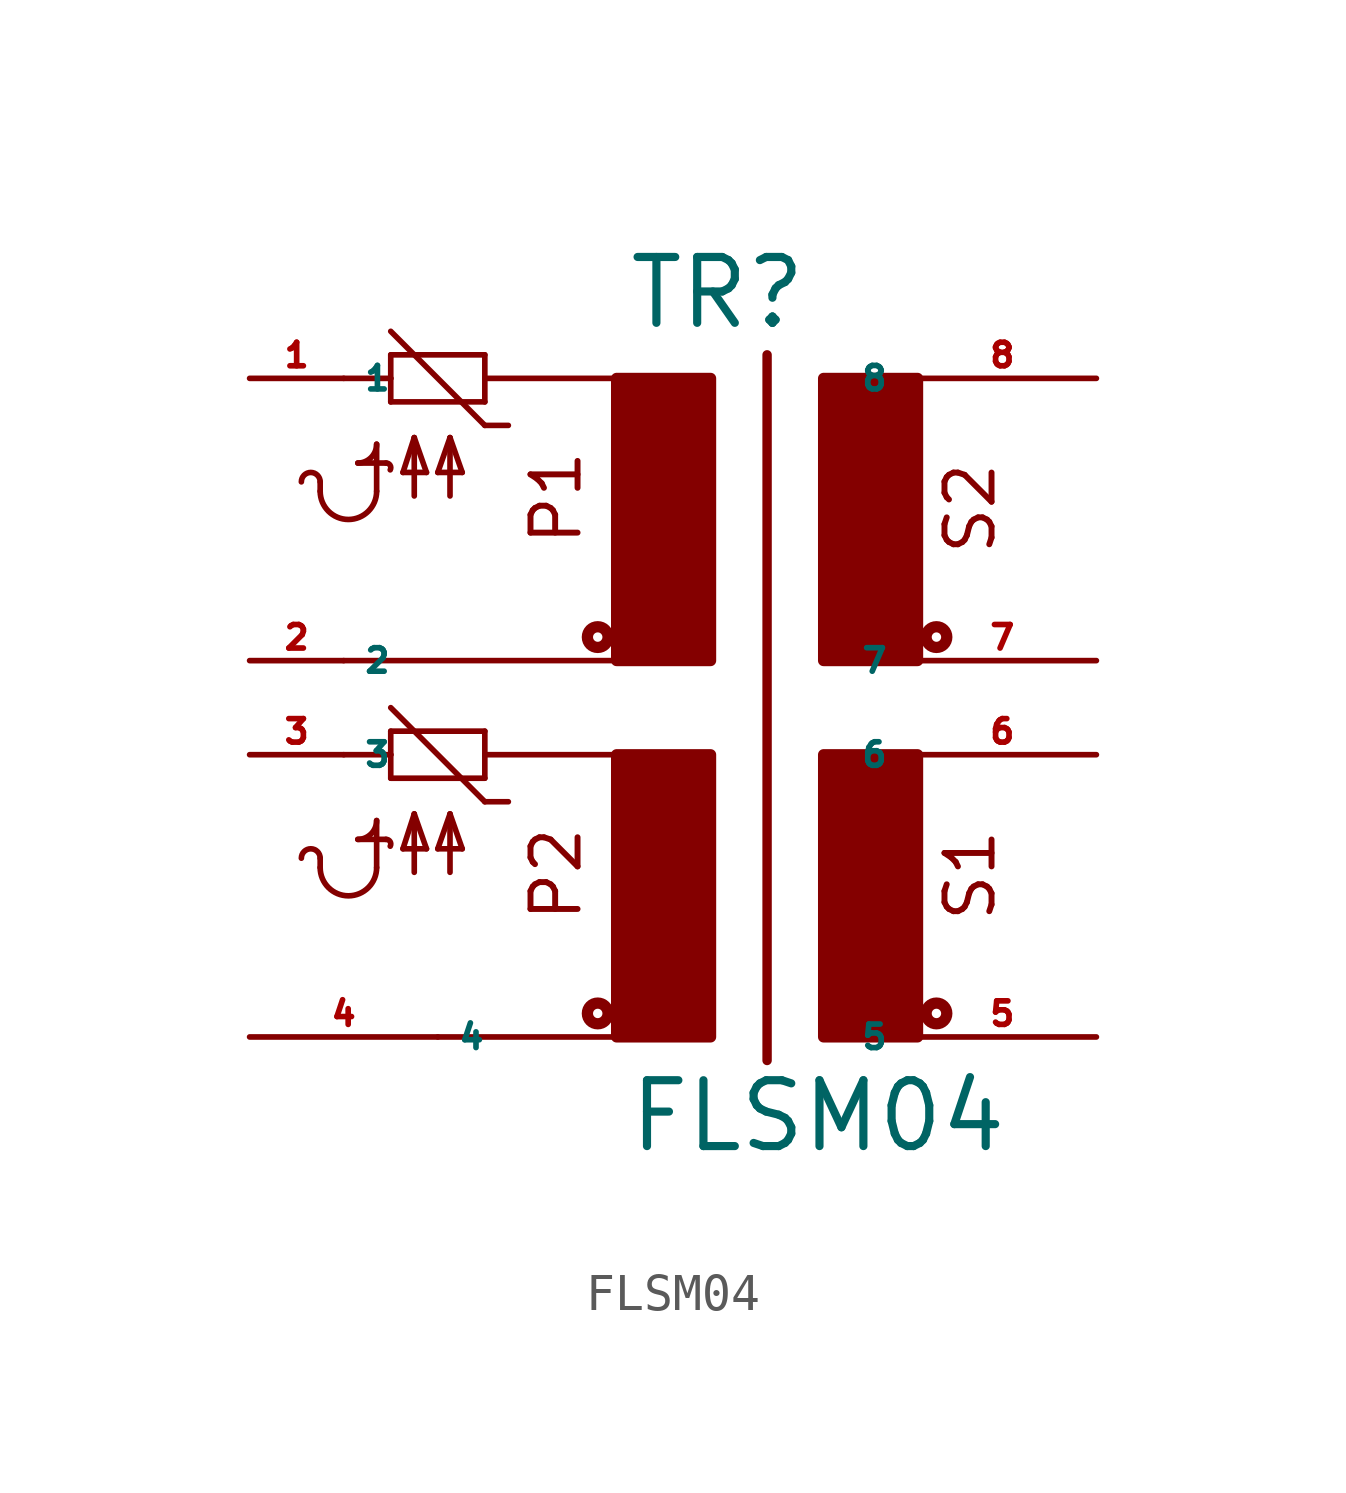
<source format=kicad_sym>
(kicad_symbol_lib
  (version 20220914)
  (generator Eagle2Kicad)
  (symbol "FLSM04"
    (property "Reference" "TR"
      (at -2.54 8.89 0)
      (effects (font (size 1.778 1.778) (thickness 0.22)) (justify left bottom)))
    (property "Value" "FLSM04"
      (at -2.54 -13.335 0)
      (effects (font (size 1.778 1.778) (thickness 0.22)) (justify left bottom)))
    (polyline
      (pts (xy 1.27 8.255) (xy 1.27 -10.795))
      (stroke (width 0.254) (type default))
      (fill (type none)))
    (polyline
      (pts (xy -2.54 -10.16) (xy -7.62 -10.16))
      (stroke (width 0.152) (type default))
      (fill (type none)))
    (polyline
      (pts (xy -8.89 7.62) (xy -10.16 7.62))
      (stroke (width 0.152) (type default))
      (fill (type none)))
    (polyline
      (pts (xy -6.35 6.985) (xy -6.35 7.62))
      (stroke (width 0.152) (type default))
      (fill (type none)))
    (polyline
      (pts (xy -6.35 8.255) (xy -8.89 8.255))
      (stroke (width 0.152) (type default))
      (fill (type none)))
    (polyline
      (pts (xy -8.89 8.255) (xy -8.89 7.62))
      (stroke (width 0.152) (type default))
      (fill (type none)))
    (polyline
      (pts (xy -8.89 7.62) (xy -8.89 6.985))
      (stroke (width 0.152) (type default))
      (fill (type none)))
    (polyline
      (pts (xy -8.89 6.985) (xy -6.35 6.985))
      (stroke (width 0.152) (type default))
      (fill (type none)))
    (polyline
      (pts (xy -5.715 6.35) (xy -6.35 6.35))
      (stroke (width 0.152) (type default))
      (fill (type none)))
    (polyline
      (pts (xy -6.35 6.35) (xy -8.89 8.89))
      (stroke (width 0.152) (type default))
      (fill (type none)))
    (polyline
      (pts (xy -8.255 4.445) (xy -8.255 6.02))
      (stroke (width 0.152) (type default))
      (fill (type none)))
    (polyline
      (pts (xy -7.29 4.445) (xy -7.29 6.02))
      (stroke (width 0.152) (type default))
      (fill (type none)))
    (polyline
      (pts (xy -8.255 6.02) (xy -8.56 5.08))
      (stroke (width 0.152) (type default))
      (fill (type none)))
    (polyline
      (pts (xy -8.56 5.08) (xy -7.925 5.08))
      (stroke (width 0.152) (type default))
      (fill (type none)))
    (polyline
      (pts (xy -7.29 6.02) (xy -7.62 5.08))
      (stroke (width 0.152) (type default))
      (fill (type none)))
    (polyline
      (pts (xy -7.62 5.08) (xy -6.96 5.08))
      (stroke (width 0.152) (type default))
      (fill (type none)))
    (polyline
      (pts (xy -6.96 5.08) (xy -7.29 6.02))
      (stroke (width 0.152) (type default))
      (fill (type none)))
    (polyline
      (pts (xy -7.925 5.08) (xy -8.255 6.02))
      (stroke (width 0.152) (type default))
      (fill (type none)))
    (arc
      (start -10.795 4.572)
      (mid -10.033 3.810)
      (end -9.271 4.572)
      (stroke (width 0.1524) (type default))
      (fill (type none)))
    (arc
      (start -10.795 4.826)
      (mid -11.049 5.080)
      (end -11.303 4.826)
      (stroke (width 0.1524) (type default))
      (fill (type none)))
    (polyline
      (pts (xy -10.795 4.572) (xy -10.795 4.826))
      (stroke (width 0.152) (type default))
      (fill (type none)))
    (polyline
      (pts (xy -9.271 4.572) (xy -9.271 5.842))
      (stroke (width 0.152) (type default))
      (fill (type none)))
    (arc
      (start -9.779 5.334)
      (mid -9.420 5.483)
      (end -9.271 5.842)
      (stroke (width 0.1524) (type default))
      (fill (type none)))
    (arc
      (start -8.9034 5.1502)
      (mid -8.909 5.274)
      (end -9.017 5.334)
      (stroke (width 0.1524) (type default))
      (fill (type none)))
    (polyline
      (pts (xy -9.779 5.334) (xy -9.017 5.334))
      (stroke (width 0.152) (type default))
      (fill (type none)))
    (polyline
      (pts (xy -2.54 7.62) (xy -6.35 7.62))
      (stroke (width 0.152) (type default))
      (fill (type none)))
    (polyline
      (pts (xy -6.35 7.62) (xy -6.35 8.255))
      (stroke (width 0.152) (type default))
      (fill (type none)))
    (polyline
      (pts (xy -8.89 -2.54) (xy -10.16 -2.54))
      (stroke (width 0.152) (type default))
      (fill (type none)))
    (polyline
      (pts (xy -8.89 -2.54) (xy -8.89 -3.175))
      (stroke (width 0.152) (type default))
      (fill (type none)))
    (polyline
      (pts (xy -8.89 -1.905) (xy -8.89 -2.54))
      (stroke (width 0.152) (type default))
      (fill (type none)))
    (polyline
      (pts (xy -8.89 -3.175) (xy -6.35 -3.175))
      (stroke (width 0.152) (type default))
      (fill (type none)))
    (polyline
      (pts (xy -6.35 -1.905) (xy -8.89 -1.905))
      (stroke (width 0.152) (type default))
      (fill (type none)))
    (polyline
      (pts (xy -6.35 -3.81) (xy -8.89 -1.27))
      (stroke (width 0.152) (type default))
      (fill (type none)))
    (polyline
      (pts (xy -5.715 -3.81) (xy -6.35 -3.81))
      (stroke (width 0.152) (type default))
      (fill (type none)))
    (polyline
      (pts (xy -6.35 -3.175) (xy -6.35 -2.54))
      (stroke (width 0.152) (type default))
      (fill (type none)))
    (polyline
      (pts (xy -6.35 -2.54) (xy -6.35 -1.905))
      (stroke (width 0.152) (type default))
      (fill (type none)))
    (polyline
      (pts (xy -2.54 -2.54) (xy -6.35 -2.54))
      (stroke (width 0.152) (type default))
      (fill (type none)))
    (polyline
      (pts (xy -2.54 0) (xy -10.16 0))
      (stroke (width 0.152) (type default))
      (fill (type none)))
    (polyline
      (pts (xy -8.255 -5.715) (xy -8.255 -4.14))
      (stroke (width 0.152) (type default))
      (fill (type none)))
    (polyline
      (pts (xy -7.29 -5.715) (xy -7.29 -4.14))
      (stroke (width 0.152) (type default))
      (fill (type none)))
    (polyline
      (pts (xy -8.255 -4.14) (xy -8.56 -5.08))
      (stroke (width 0.152) (type default))
      (fill (type none)))
    (polyline
      (pts (xy -8.56 -5.08) (xy -7.925 -5.08))
      (stroke (width 0.152) (type default))
      (fill (type none)))
    (polyline
      (pts (xy -7.29 -4.14) (xy -7.62 -5.08))
      (stroke (width 0.152) (type default))
      (fill (type none)))
    (polyline
      (pts (xy -7.62 -5.08) (xy -6.96 -5.08))
      (stroke (width 0.152) (type default))
      (fill (type none)))
    (polyline
      (pts (xy -6.96 -5.08) (xy -7.29 -4.14))
      (stroke (width 0.152) (type default))
      (fill (type none)))
    (polyline
      (pts (xy -7.925 -5.08) (xy -8.255 -4.14))
      (stroke (width 0.152) (type default))
      (fill (type none)))
    (arc
      (start -10.795 -5.588)
      (mid -10.033 -6.350)
      (end -9.271 -5.588)
      (stroke (width 0.1524) (type default))
      (fill (type none)))
    (arc
      (start -10.795 -5.334)
      (mid -11.049 -5.080)
      (end -11.303 -5.334)
      (stroke (width 0.1524) (type default))
      (fill (type none)))
    (polyline
      (pts (xy -10.795 -5.588) (xy -10.795 -5.334))
      (stroke (width 0.152) (type default))
      (fill (type none)))
    (polyline
      (pts (xy -9.271 -5.588) (xy -9.271 -4.318))
      (stroke (width 0.152) (type default))
      (fill (type none)))
    (arc
      (start -9.779 -4.826)
      (mid -9.420 -4.677)
      (end -9.271 -4.318)
      (stroke (width 0.1524) (type default))
      (fill (type none)))
    (arc
      (start -8.9034 -5.0098)
      (mid -8.909 -4.886)
      (end -9.017 -4.826)
      (stroke (width 0.1524) (type default))
      (fill (type none)))
    (polyline
      (pts (xy -9.779 -4.826) (xy -9.017 -4.826))
      (stroke (width 0.152) (type default))
      (fill (type none)))
    (text "S2"
      (at 7.493 2.794 900)
      (effects (font (size 1.27 1.27) (thickness 0.16)) (justify left bottom)))
    (text "S1"
      (at 7.493 -7.112 900)
      (effects (font (size 1.27 1.27) (thickness 0.16)) (justify left bottom)))
    (text "P1"
      (at -3.683 3.048 900)
      (effects (font (size 1.27 1.27) (thickness 0.16)) (justify left bottom)))
    (text "P2"
      (at -3.683 -7.112 900)
      (effects (font (size 1.27 1.27) (thickness 0.16)) (justify left bottom)))
    (circle
      (center -3.302 0.635)
      (radius 0.127)
      (stroke (width 0.305) (type default))
      (fill (type none)))
    (circle
      (center -3.302 -9.525)
      (radius 0.127)
      (stroke (width 0.305) (type default))
      (fill (type none)))
    (circle
      (center 5.842 0.635)
      (radius 0.127)
      (stroke (width 0.305) (type default))
      (fill (type none)))
    (circle
      (center 5.842 -9.525)
      (radius 0.127)
      (stroke (width 0.305) (type default))
      (fill (type none)))
    (rectangle
      (start 2.794 -10.16)
      (end 5.334 -2.54)
      (stroke (width 0.3) (type default))
      (fill (type outline)))
    (rectangle
      (start 2.794 0)
      (end 5.334 7.62)
      (stroke (width 0.3) (type default))
      (fill (type outline)))
    (rectangle
      (start -2.794 0)
      (end -0.254 7.62)
      (stroke (width 0.3) (type default))
      (fill (type outline)))
    (rectangle
      (start -2.794 -10.16)
      (end -0.254 -2.54)
      (stroke (width 0.3) (type default))
      (fill (type outline)))
    (pin passive line
      (at -12.7 7.62 0)
      (length 2.54)
      (name "1" (effects (font (size 0.635 0.635) (thickness 0.08)) (justify left bottom)))
      (number "1" (effects (font (size 0.635 0.635) (thickness 0.08)) (justify left bottom))))
    (pin passive line
      (at 10.16 -10.16 180)
      (length 5.08)
      (name "5" (effects (font (size 0.635 0.635) (thickness 0.08)) (justify left bottom)))
      (number "5" (effects (font (size 0.635 0.635) (thickness 0.08)) (justify left bottom))))
    (pin passive line
      (at 10.16 -2.54 180)
      (length 5.08)
      (name "6" (effects (font (size 0.635 0.635) (thickness 0.08)) (justify left bottom)))
      (number "6" (effects (font (size 0.635 0.635) (thickness 0.08)) (justify left bottom))))
    (pin passive line
      (at 10.16 0 180)
      (length 5.08)
      (name "7" (effects (font (size 0.635 0.635) (thickness 0.08)) (justify left bottom)))
      (number "7" (effects (font (size 0.635 0.635) (thickness 0.08)) (justify left bottom))))
    (pin passive line
      (at 10.16 7.62 180)
      (length 5.08)
      (name "8" (effects (font (size 0.635 0.635) (thickness 0.08)) (justify left bottom)))
      (number "8" (effects (font (size 0.635 0.635) (thickness 0.08)) (justify left bottom))))
    (pin passive line
      (at -12.7 -10.16 0)
      (length 5.08)
      (name "4" (effects (font (size 0.635 0.635) (thickness 0.08)) (justify left bottom)))
      (number "4" (effects (font (size 0.635 0.635) (thickness 0.08)) (justify left bottom))))
    (pin passive line
      (at -12.7 0 0)
      (length 2.54)
      (name "2" (effects (font (size 0.635 0.635) (thickness 0.08)) (justify left bottom)))
      (number "2" (effects (font (size 0.635 0.635) (thickness 0.08)) (justify left bottom))))
    (pin passive line
      (at -12.7 -2.54 0)
      (length 2.54)
      (name "3" (effects (font (size 0.635 0.635) (thickness 0.08)) (justify left bottom)))
      (number "3" (effects (font (size 0.635 0.635) (thickness 0.08)) (justify left bottom))))))
</source>
